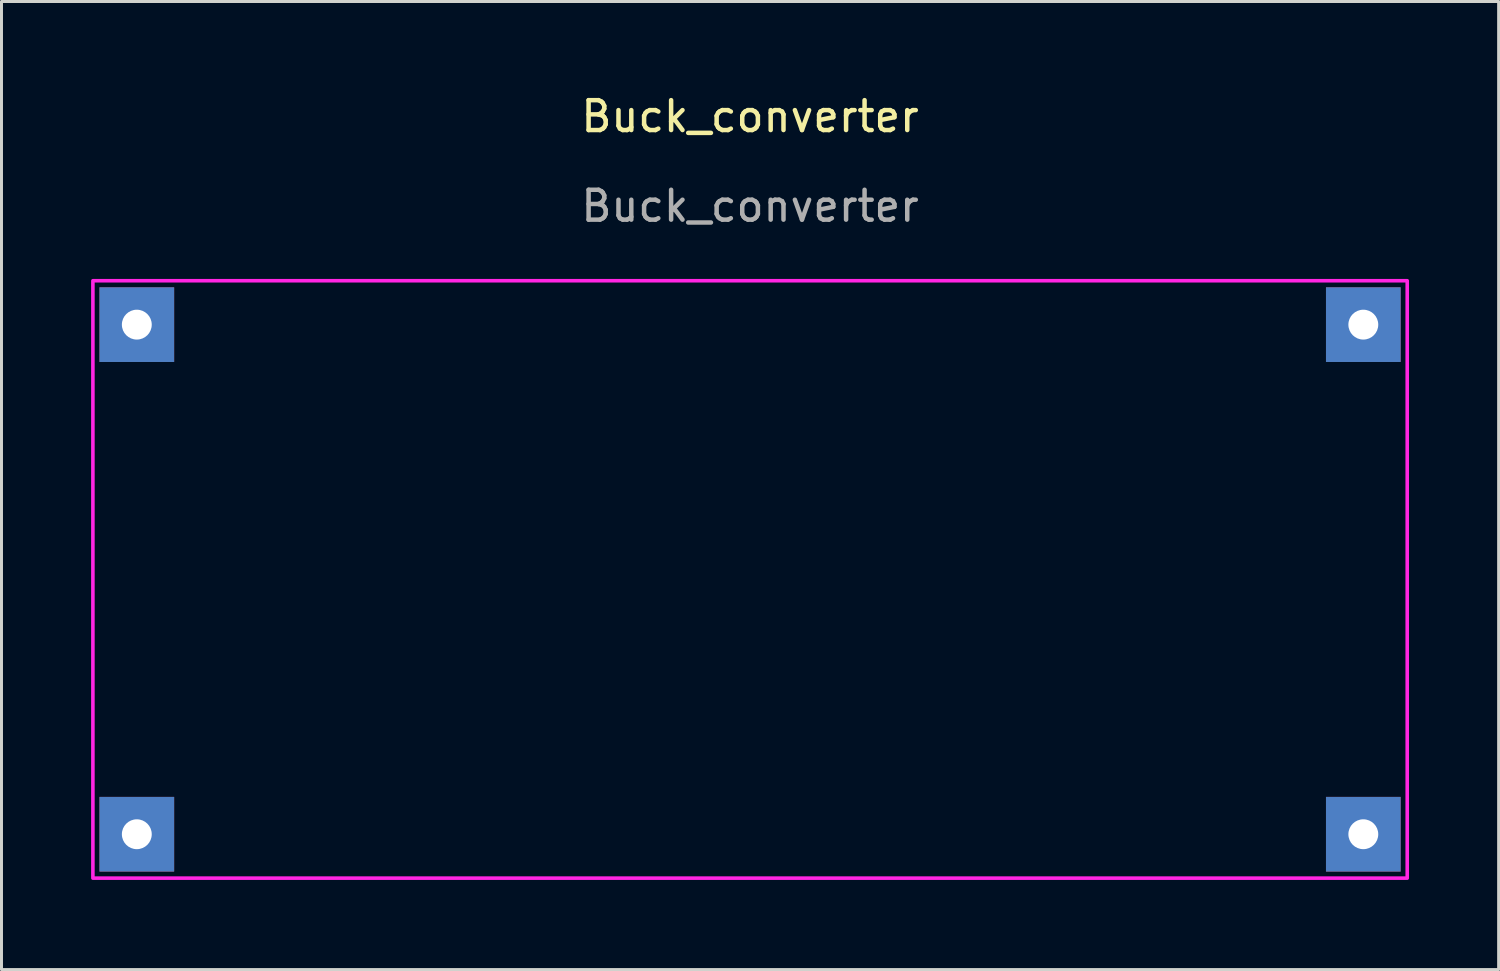
<source format=kicad_pcb>
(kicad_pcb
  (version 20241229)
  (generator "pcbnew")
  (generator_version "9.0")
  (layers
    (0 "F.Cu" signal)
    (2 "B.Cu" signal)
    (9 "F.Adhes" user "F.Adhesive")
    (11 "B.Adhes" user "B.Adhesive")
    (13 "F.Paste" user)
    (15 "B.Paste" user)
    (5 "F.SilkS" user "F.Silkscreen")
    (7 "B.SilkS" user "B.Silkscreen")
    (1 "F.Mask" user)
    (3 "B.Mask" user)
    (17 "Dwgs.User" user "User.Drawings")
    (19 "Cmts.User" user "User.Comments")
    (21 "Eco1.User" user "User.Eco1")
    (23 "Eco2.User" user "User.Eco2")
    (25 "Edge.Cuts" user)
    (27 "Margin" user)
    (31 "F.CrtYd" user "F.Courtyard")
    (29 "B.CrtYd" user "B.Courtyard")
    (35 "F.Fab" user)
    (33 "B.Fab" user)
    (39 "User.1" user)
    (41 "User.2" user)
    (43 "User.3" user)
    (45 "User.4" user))
  (footprint "Buck_converter"
    (layer "F.Cu")
    (at 22.06 1.348)
    (property "Reference" "Buck_converter" (at 0 -0.5 0) (unlocked yes) (layer "F.SilkS") (effects (font (size 1 1) (thickness 0.15))))
    (attr through_hole)
    (fp_rect (start -22 5) (end 22 25) (stroke (width 0.12) (type solid)) (fill no) (layer "F.CrtYd"))
    (fp_text user "${REFERENCE}" (at 0 2.5 0) (unlocked yes) (layer "F.Fab") (effects (font (size 1 1) (thickness 0.15))))
    (pad "1" thru_hole rect (at -20.53 6.47) (size 2.5 2.5) (drill 1) (layers "*.Cu" "*.Mask"))
    (pad "2" thru_hole rect (at -20.53 23.53) (size 2.5 2.5) (drill 1) (layers "*.Cu" "*.Mask"))
    (pad "3" thru_hole rect (at 20.53 6.47) (size 2.5 2.5) (drill 1) (layers "*.Cu" "*.Mask"))
    (pad "4" thru_hole rect (at 20.53 23.53) (size 2.5 2.5) (drill 1) (layers "*.Cu" "*.Mask")))
  (gr_rect
    (start -3 -3)
    (end 47.12 29.408)
    (stroke (width 0.1) (type default))
    (fill no)
    (layer "Edge.Cuts")))
</source>
